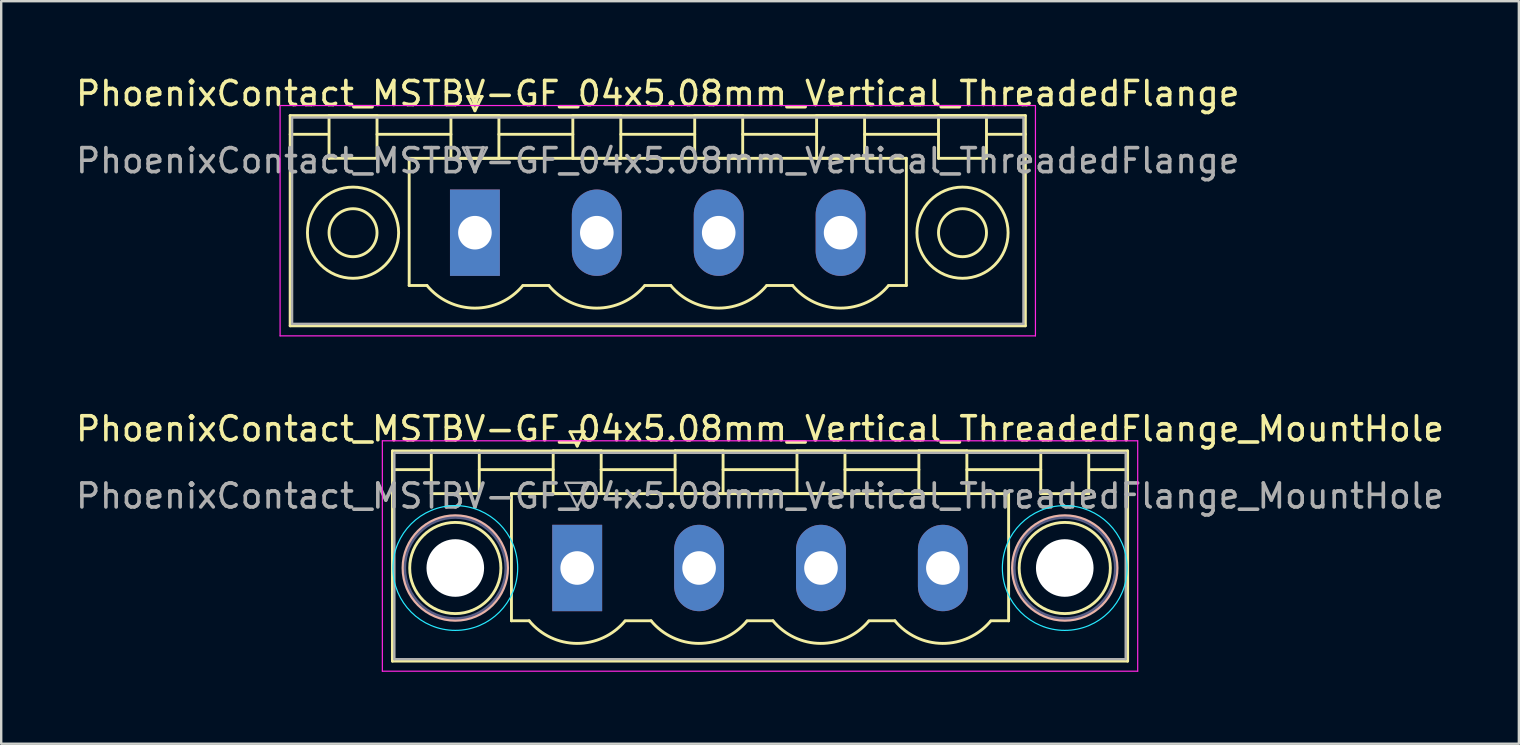
<source format=kicad_pcb>
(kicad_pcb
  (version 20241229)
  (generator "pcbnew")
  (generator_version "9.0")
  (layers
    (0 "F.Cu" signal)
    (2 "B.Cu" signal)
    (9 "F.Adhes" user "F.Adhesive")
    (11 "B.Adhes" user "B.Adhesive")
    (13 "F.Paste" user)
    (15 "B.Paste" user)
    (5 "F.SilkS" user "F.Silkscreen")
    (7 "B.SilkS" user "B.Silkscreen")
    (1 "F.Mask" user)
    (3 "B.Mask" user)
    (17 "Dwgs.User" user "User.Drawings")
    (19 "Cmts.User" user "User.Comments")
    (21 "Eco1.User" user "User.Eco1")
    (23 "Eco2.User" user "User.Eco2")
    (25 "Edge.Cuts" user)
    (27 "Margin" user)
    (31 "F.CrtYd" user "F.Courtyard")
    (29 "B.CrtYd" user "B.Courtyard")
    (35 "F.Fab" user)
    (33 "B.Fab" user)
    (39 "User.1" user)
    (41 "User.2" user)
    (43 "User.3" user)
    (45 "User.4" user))
  (footprint "PhoenixContact_MSTBV-GF_04x5.08mm_Vertical_ThreadedFlange"
    (layer "F.Cu")
    (at 16.743 6.648)
    (property "Reference" "PhoenixContact_MSTBV-GF_04x5.08mm_Vertical_ThreadedFlange" (at 7.62 -5.8 0) (layer "F.SilkS") (effects (font (size 1 1) (thickness 0.15))))
    (attr through_hole)
    (fp_line (start -7.7 -4.88) (end -7.7 3.88) (stroke (width 0.12) (type solid)) (layer "F.SilkS"))
    (fp_line (start -7.7 -4.1) (end -6.16 -4.1) (stroke (width 0.12) (type solid)) (layer "F.SilkS"))
    (fp_line (start -7.7 3.88) (end 22.94 3.88) (stroke (width 0.12) (type solid)) (layer "F.SilkS"))
    (fp_line (start -6.08 -4.88) (end -4.08 -4.88) (stroke (width 0.12) (type solid)) (layer "F.SilkS"))
    (fp_line (start -6.08 -3.1) (end -6.08 -4.88) (stroke (width 0.12) (type solid)) (layer "F.SilkS"))
    (fp_line (start -4.08 -4.88) (end -4.08 -3.1) (stroke (width 0.12) (type solid)) (layer "F.SilkS"))
    (fp_line (start -4.08 -4.1) (end -1 -4.1) (stroke (width 0.12) (type solid)) (layer "F.SilkS"))
    (fp_line (start -4.08 -3.1) (end -6.08 -3.1) (stroke (width 0.12) (type solid)) (layer "F.SilkS"))
    (fp_line (start -2.74 -3.1) (end 17.98 -3.1) (stroke (width 0.12) (type solid)) (layer "F.SilkS"))
    (fp_line (start -2.74 2.2) (end -2.74 -3.1) (stroke (width 0.12) (type solid)) (layer "F.SilkS"))
    (fp_line (start -2 2.2) (end -2.74 2.2) (stroke (width 0.12) (type solid)) (layer "F.SilkS"))
    (fp_line (start -1 -4.88) (end 1 -4.88) (stroke (width 0.12) (type solid)) (layer "F.SilkS"))
    (fp_line (start -1 -3.1) (end -1 -4.88) (stroke (width 0.12) (type solid)) (layer "F.SilkS"))
    (fp_line (start -0.3 -5.68) (end 0.3 -5.68) (stroke (width 0.12) (type solid)) (layer "F.SilkS"))
    (fp_line (start 0 -5.08) (end -0.3 -5.68) (stroke (width 0.12) (type solid)) (layer "F.SilkS"))
    (fp_line (start 0.3 -5.68) (end 0 -5.08) (stroke (width 0.12) (type solid)) (layer "F.SilkS"))
    (fp_line (start 1 -4.88) (end 1 -3.1) (stroke (width 0.12) (type solid)) (layer "F.SilkS"))
    (fp_line (start 1 -4.1) (end 4.08 -4.1) (stroke (width 0.12) (type solid)) (layer "F.SilkS"))
    (fp_line (start 1 -3.1) (end -1 -3.1) (stroke (width 0.12) (type solid)) (layer "F.SilkS"))
    (fp_line (start 2 2.2) (end 3.08 2.2) (stroke (width 0.12) (type solid)) (layer "F.SilkS"))
    (fp_line (start 4.08 -4.88) (end 6.08 -4.88) (stroke (width 0.12) (type solid)) (layer "F.SilkS"))
    (fp_line (start 4.08 -3.1) (end 4.08 -4.88) (stroke (width 0.12) (type solid)) (layer "F.SilkS"))
    (fp_line (start 6.08 -4.88) (end 6.08 -3.1) (stroke (width 0.12) (type solid)) (layer "F.SilkS"))
    (fp_line (start 6.08 -4.1) (end 9.16 -4.1) (stroke (width 0.12) (type solid)) (layer "F.SilkS"))
    (fp_line (start 6.08 -3.1) (end 4.08 -3.1) (stroke (width 0.12) (type solid)) (layer "F.SilkS"))
    (fp_line (start 7.08 2.2) (end 8.16 2.2) (stroke (width 0.12) (type solid)) (layer "F.SilkS"))
    (fp_line (start 9.16 -4.88) (end 11.16 -4.88) (stroke (width 0.12) (type solid)) (layer "F.SilkS"))
    (fp_line (start 9.16 -3.1) (end 9.16 -4.88) (stroke (width 0.12) (type solid)) (layer "F.SilkS"))
    (fp_line (start 11.16 -4.88) (end 11.16 -3.1) (stroke (width 0.12) (type solid)) (layer "F.SilkS"))
    (fp_line (start 11.16 -4.1) (end 14.24 -4.1) (stroke (width 0.12) (type solid)) (layer "F.SilkS"))
    (fp_line (start 11.16 -3.1) (end 9.16 -3.1) (stroke (width 0.12) (type solid)) (layer "F.SilkS"))
    (fp_line (start 12.16 2.2) (end 13.24 2.2) (stroke (width 0.12) (type solid)) (layer "F.SilkS"))
    (fp_line (start 14.24 -4.88) (end 16.24 -4.88) (stroke (width 0.12) (type solid)) (layer "F.SilkS"))
    (fp_line (start 14.24 -3.1) (end 14.24 -4.88) (stroke (width 0.12) (type solid)) (layer "F.SilkS"))
    (fp_line (start 16.24 -4.88) (end 16.24 -3.1) (stroke (width 0.12) (type solid)) (layer "F.SilkS"))
    (fp_line (start 16.24 -4.1) (end 19.32 -4.1) (stroke (width 0.12) (type solid)) (layer "F.SilkS"))
    (fp_line (start 16.24 -3.1) (end 14.24 -3.1) (stroke (width 0.12) (type solid)) (layer "F.SilkS"))
    (fp_line (start 17.98 -3.1) (end 17.98 2.2) (stroke (width 0.12) (type solid)) (layer "F.SilkS"))
    (fp_line (start 17.98 2.2) (end 17.24 2.2) (stroke (width 0.12) (type solid)) (layer "F.SilkS"))
    (fp_line (start 19.32 -4.88) (end 21.32 -4.88) (stroke (width 0.12) (type solid)) (layer "F.SilkS"))
    (fp_line (start 19.32 -3.1) (end 19.32 -4.88) (stroke (width 0.12) (type solid)) (layer "F.SilkS"))
    (fp_line (start 21.32 -4.88) (end 21.32 -3.1) (stroke (width 0.12) (type solid)) (layer "F.SilkS"))
    (fp_line (start 21.32 -3.1) (end 19.32 -3.1) (stroke (width 0.12) (type solid)) (layer "F.SilkS"))
    (fp_line (start 22.94 -4.88) (end -7.7 -4.88) (stroke (width 0.12) (type solid)) (layer "F.SilkS"))
    (fp_line (start 22.94 -4.1) (end 21.4 -4.1) (stroke (width 0.12) (type solid)) (layer "F.SilkS"))
    (fp_line (start 22.94 3.88) (end 22.94 -4.88) (stroke (width 0.12) (type solid)) (layer "F.SilkS"))
    (fp_arc (start 1.986842 2.215821) (mid -0.010289 3.142758) (end -2 2.2) (stroke (width 0.12) (type solid)) (layer "F.SilkS"))
    (fp_arc (start 7.066842 2.215821) (mid 5.069711 3.142758) (end 3.08 2.2) (stroke (width 0.12) (type solid)) (layer "F.SilkS"))
    (fp_arc (start 12.146842 2.215821) (mid 10.149711 3.142758) (end 8.16 2.2) (stroke (width 0.12) (type solid)) (layer "F.SilkS"))
    (fp_arc (start 17.226842 2.215821) (mid 15.229711 3.142758) (end 13.24 2.2) (stroke (width 0.12) (type solid)) (layer "F.SilkS"))
    (fp_circle (center -5.08 0) (end -4.08 0) (stroke (width 0.12) (type solid)) (fill no) (layer "F.SilkS"))
    (fp_circle (center -5.08 0) (end -3.18 0) (stroke (width 0.12) (type solid)) (fill no) (layer "F.SilkS"))
    (fp_circle (center 20.32 0) (end 21.32 0) (stroke (width 0.12) (type solid)) (fill no) (layer "F.SilkS"))
    (fp_circle (center 20.32 0) (end 22.22 0) (stroke (width 0.12) (type solid)) (fill no) (layer "F.SilkS"))
    (fp_line (start -8.12 -5.3) (end -8.12 4.3) (stroke (width 0.05) (type solid)) (layer "F.CrtYd"))
    (fp_line (start -8.12 4.3) (end 23.36 4.3) (stroke (width 0.05) (type solid)) (layer "F.CrtYd"))
    (fp_line (start 23.36 -5.3) (end -8.12 -5.3) (stroke (width 0.05) (type solid)) (layer "F.CrtYd"))
    (fp_line (start 23.36 4.3) (end 23.36 -5.3) (stroke (width 0.05) (type solid)) (layer "F.CrtYd"))
    (fp_line (start -7.62 -4.8) (end -7.62 3.8) (stroke (width 0.1) (type solid)) (layer "F.Fab"))
    (fp_line (start -7.62 3.8) (end 22.86 3.8) (stroke (width 0.1) (type solid)) (layer "F.Fab"))
    (fp_line (start -0.5 -3.55) (end 0.5 -3.55) (stroke (width 0.1) (type solid)) (layer "F.Fab"))
    (fp_line (start 0 -2.55) (end -0.5 -3.55) (stroke (width 0.1) (type solid)) (layer "F.Fab"))
    (fp_line (start 0.5 -3.55) (end 0 -2.55) (stroke (width 0.1) (type solid)) (layer "F.Fab"))
    (fp_line (start 22.86 -4.8) (end -7.62 -4.8) (stroke (width 0.1) (type solid)) (layer "F.Fab"))
    (fp_line (start 22.86 3.8) (end 22.86 -4.8) (stroke (width 0.1) (type solid)) (layer "F.Fab"))
    (fp_text user "${REFERENCE}" (at 7.62 -3 0) (layer "F.Fab") (effects (font (size 1 1) (thickness 0.15))))
    (pad "1" thru_hole rect (at 0 0) (size 2.08 3.6) (drill 1.4) (layers "*.Cu" "*.Mask"))
    (pad "2" thru_hole oval (at 5.08 0) (size 2.08 3.6) (drill 1.4) (layers "*.Cu" "*.Mask"))
    (pad "3" thru_hole oval (at 10.16 0) (size 2.08 3.6) (drill 1.4) (layers "*.Cu" "*.Mask"))
    (pad "4" thru_hole oval (at 15.24 0) (size 2.08 3.6) (drill 1.4) (layers "*.Cu" "*.Mask")))
  (footprint "PhoenixContact_MSTBV-GF_04x5.08mm_Vertical_ThreadedFlange_MountHole"
    (layer "F.Cu")
    (at 21.005 20.622)
    (property "Reference" "PhoenixContact_MSTBV-GF_04x5.08mm_Vertical_ThreadedFlange_MountHole" (at 7.62 -5.8 0) (layer "F.SilkS") (effects (font (size 1 1) (thickness 0.15))))
    (attr through_hole)
    (fp_line (start -7.7 -4.88) (end -7.7 3.88) (stroke (width 0.12) (type solid)) (layer "F.SilkS"))
    (fp_line (start -7.7 -4.1) (end -6.16 -4.1) (stroke (width 0.12) (type solid)) (layer "F.SilkS"))
    (fp_line (start -7.7 3.88) (end 22.94 3.88) (stroke (width 0.12) (type solid)) (layer "F.SilkS"))
    (fp_line (start -6.08 -4.88) (end -4.08 -4.88) (stroke (width 0.12) (type solid)) (layer "F.SilkS"))
    (fp_line (start -6.08 -3.1) (end -6.08 -4.88) (stroke (width 0.12) (type solid)) (layer "F.SilkS"))
    (fp_line (start -4.08 -4.88) (end -4.08 -3.1) (stroke (width 0.12) (type solid)) (layer "F.SilkS"))
    (fp_line (start -4.08 -4.1) (end -1 -4.1) (stroke (width 0.12) (type solid)) (layer "F.SilkS"))
    (fp_line (start -4.08 -3.1) (end -6.08 -3.1) (stroke (width 0.12) (type solid)) (layer "F.SilkS"))
    (fp_line (start -2.74 -3.1) (end 17.98 -3.1) (stroke (width 0.12) (type solid)) (layer "F.SilkS"))
    (fp_line (start -2.74 2.2) (end -2.74 -3.1) (stroke (width 0.12) (type solid)) (layer "F.SilkS"))
    (fp_line (start -2 2.2) (end -2.74 2.2) (stroke (width 0.12) (type solid)) (layer "F.SilkS"))
    (fp_line (start -1 -4.88) (end 1 -4.88) (stroke (width 0.12) (type solid)) (layer "F.SilkS"))
    (fp_line (start -1 -3.1) (end -1 -4.88) (stroke (width 0.12) (type solid)) (layer "F.SilkS"))
    (fp_line (start -0.3 -5.68) (end 0.3 -5.68) (stroke (width 0.12) (type solid)) (layer "F.SilkS"))
    (fp_line (start 0 -5.08) (end -0.3 -5.68) (stroke (width 0.12) (type solid)) (layer "F.SilkS"))
    (fp_line (start 0.3 -5.68) (end 0 -5.08) (stroke (width 0.12) (type solid)) (layer "F.SilkS"))
    (fp_line (start 1 -4.88) (end 1 -3.1) (stroke (width 0.12) (type solid)) (layer "F.SilkS"))
    (fp_line (start 1 -4.1) (end 4.08 -4.1) (stroke (width 0.12) (type solid)) (layer "F.SilkS"))
    (fp_line (start 1 -3.1) (end -1 -3.1) (stroke (width 0.12) (type solid)) (layer "F.SilkS"))
    (fp_line (start 2 2.2) (end 3.08 2.2) (stroke (width 0.12) (type solid)) (layer "F.SilkS"))
    (fp_line (start 4.08 -4.88) (end 6.08 -4.88) (stroke (width 0.12) (type solid)) (layer "F.SilkS"))
    (fp_line (start 4.08 -3.1) (end 4.08 -4.88) (stroke (width 0.12) (type solid)) (layer "F.SilkS"))
    (fp_line (start 6.08 -4.88) (end 6.08 -3.1) (stroke (width 0.12) (type solid)) (layer "F.SilkS"))
    (fp_line (start 6.08 -4.1) (end 9.16 -4.1) (stroke (width 0.12) (type solid)) (layer "F.SilkS"))
    (fp_line (start 6.08 -3.1) (end 4.08 -3.1) (stroke (width 0.12) (type solid)) (layer "F.SilkS"))
    (fp_line (start 7.08 2.2) (end 8.16 2.2) (stroke (width 0.12) (type solid)) (layer "F.SilkS"))
    (fp_line (start 9.16 -4.88) (end 11.16 -4.88) (stroke (width 0.12) (type solid)) (layer "F.SilkS"))
    (fp_line (start 9.16 -3.1) (end 9.16 -4.88) (stroke (width 0.12) (type solid)) (layer "F.SilkS"))
    (fp_line (start 11.16 -4.88) (end 11.16 -3.1) (stroke (width 0.12) (type solid)) (layer "F.SilkS"))
    (fp_line (start 11.16 -4.1) (end 14.24 -4.1) (stroke (width 0.12) (type solid)) (layer "F.SilkS"))
    (fp_line (start 11.16 -3.1) (end 9.16 -3.1) (stroke (width 0.12) (type solid)) (layer "F.SilkS"))
    (fp_line (start 12.16 2.2) (end 13.24 2.2) (stroke (width 0.12) (type solid)) (layer "F.SilkS"))
    (fp_line (start 14.24 -4.88) (end 16.24 -4.88) (stroke (width 0.12) (type solid)) (layer "F.SilkS"))
    (fp_line (start 14.24 -3.1) (end 14.24 -4.88) (stroke (width 0.12) (type solid)) (layer "F.SilkS"))
    (fp_line (start 16.24 -4.88) (end 16.24 -3.1) (stroke (width 0.12) (type solid)) (layer "F.SilkS"))
    (fp_line (start 16.24 -4.1) (end 19.32 -4.1) (stroke (width 0.12) (type solid)) (layer "F.SilkS"))
    (fp_line (start 16.24 -3.1) (end 14.24 -3.1) (stroke (width 0.12) (type solid)) (layer "F.SilkS"))
    (fp_line (start 17.98 -3.1) (end 17.98 2.2) (stroke (width 0.12) (type solid)) (layer "F.SilkS"))
    (fp_line (start 17.98 2.2) (end 17.24 2.2) (stroke (width 0.12) (type solid)) (layer "F.SilkS"))
    (fp_line (start 19.32 -4.88) (end 21.32 -4.88) (stroke (width 0.12) (type solid)) (layer "F.SilkS"))
    (fp_line (start 19.32 -3.1) (end 19.32 -4.88) (stroke (width 0.12) (type solid)) (layer "F.SilkS"))
    (fp_line (start 21.32 -4.88) (end 21.32 -3.1) (stroke (width 0.12) (type solid)) (layer "F.SilkS"))
    (fp_line (start 21.32 -3.1) (end 19.32 -3.1) (stroke (width 0.12) (type solid)) (layer "F.SilkS"))
    (fp_line (start 22.94 -4.88) (end -7.7 -4.88) (stroke (width 0.12) (type solid)) (layer "F.SilkS"))
    (fp_line (start 22.94 -4.1) (end 21.4 -4.1) (stroke (width 0.12) (type solid)) (layer "F.SilkS"))
    (fp_line (start 22.94 3.88) (end 22.94 -4.88) (stroke (width 0.12) (type solid)) (layer "F.SilkS"))
    (fp_arc (start 1.986842 2.215821) (mid -0.010289 3.142758) (end -2 2.2) (stroke (width 0.12) (type solid)) (layer "F.SilkS"))
    (fp_arc (start 7.066842 2.215821) (mid 5.069711 3.142758) (end 3.08 2.2) (stroke (width 0.12) (type solid)) (layer "F.SilkS"))
    (fp_arc (start 12.146842 2.215821) (mid 10.149711 3.142758) (end 8.16 2.2) (stroke (width 0.12) (type solid)) (layer "F.SilkS"))
    (fp_arc (start 17.226842 2.215821) (mid 15.229711 3.142758) (end 13.24 2.2) (stroke (width 0.12) (type solid)) (layer "F.SilkS"))
    (fp_circle (center -5.08 0) (end -3.18 0) (stroke (width 0.12) (type solid)) (fill no) (layer "F.SilkS"))
    (fp_circle (center 20.32 0) (end 22.22 0) (stroke (width 0.12) (type solid)) (fill no) (layer "F.SilkS"))
    (fp_circle (center -5.08 0) (end -2.9 0) (stroke (width 0.12) (type solid)) (fill no) (layer "B.SilkS"))
    (fp_circle (center 20.32 0) (end 22.5 0) (stroke (width 0.12) (type solid)) (fill no) (layer "B.SilkS"))
    (fp_circle (center -5.08 0) (end -2.48 0) (stroke (width 0.05) (type solid)) (fill no) (layer "B.CrtYd"))
    (fp_circle (center 20.32 0) (end 22.92 0) (stroke (width 0.05) (type solid)) (fill no) (layer "B.CrtYd"))
    (fp_line (start -8.12 -5.3) (end -8.12 4.3) (stroke (width 0.05) (type solid)) (layer "F.CrtYd"))
    (fp_line (start -8.12 4.3) (end 23.36 4.3) (stroke (width 0.05) (type solid)) (layer "F.CrtYd"))
    (fp_line (start 23.36 -5.3) (end -8.12 -5.3) (stroke (width 0.05) (type solid)) (layer "F.CrtYd"))
    (fp_line (start 23.36 4.3) (end 23.36 -5.3) (stroke (width 0.05) (type solid)) (layer "F.CrtYd"))
    (fp_circle (center -5.08 0) (end -2.98 0) (stroke (width 0.1) (type solid)) (fill no) (layer "B.Fab"))
    (fp_circle (center 20.32 0) (end 22.42 0) (stroke (width 0.1) (type solid)) (fill no) (layer "B.Fab"))
    (fp_line (start -7.62 -4.8) (end -7.62 3.8) (stroke (width 0.1) (type solid)) (layer "F.Fab"))
    (fp_line (start -7.62 3.8) (end 22.86 3.8) (stroke (width 0.1) (type solid)) (layer "F.Fab"))
    (fp_line (start -0.5 -3.55) (end 0.5 -3.55) (stroke (width 0.1) (type solid)) (layer "F.Fab"))
    (fp_line (start 0 -2.55) (end -0.5 -3.55) (stroke (width 0.1) (type solid)) (layer "F.Fab"))
    (fp_line (start 0.5 -3.55) (end 0 -2.55) (stroke (width 0.1) (type solid)) (layer "F.Fab"))
    (fp_line (start 22.86 -4.8) (end -7.62 -4.8) (stroke (width 0.1) (type solid)) (layer "F.Fab"))
    (fp_line (start 22.86 3.8) (end 22.86 -4.8) (stroke (width 0.1) (type solid)) (layer "F.Fab"))
    (fp_text user "${REFERENCE}" (at 7.62 -3 0) (layer "F.Fab") (effects (font (size 1 1) (thickness 0.15))))
    (pad "" np_thru_hole circle (at -5.08 0) (size 2.4 2.4) (drill 2.4) (layers "*.Cu" "*.Mask"))
    (pad "" np_thru_hole circle (at 20.32 0) (size 2.4 2.4) (drill 2.4) (layers "*.Cu" "*.Mask"))
    (pad "1" thru_hole rect (at 0 0) (size 2.08 3.6) (drill 1.4) (layers "*.Cu" "*.Mask"))
    (pad "2" thru_hole oval (at 5.08 0) (size 2.08 3.6) (drill 1.4) (layers "*.Cu" "*.Mask"))
    (pad "3" thru_hole oval (at 10.16 0) (size 2.08 3.6) (drill 1.4) (layers "*.Cu" "*.Mask"))
    (pad "4" thru_hole oval (at 15.24 0) (size 2.08 3.6) (drill 1.4) (layers "*.Cu" "*.Mask")))
  (gr_rect
    (start -3 -3)
    (end 60.25 27.947)
    (stroke (width 0.1) (type default))
    (fill no)
    (layer "Edge.Cuts")))
</source>
